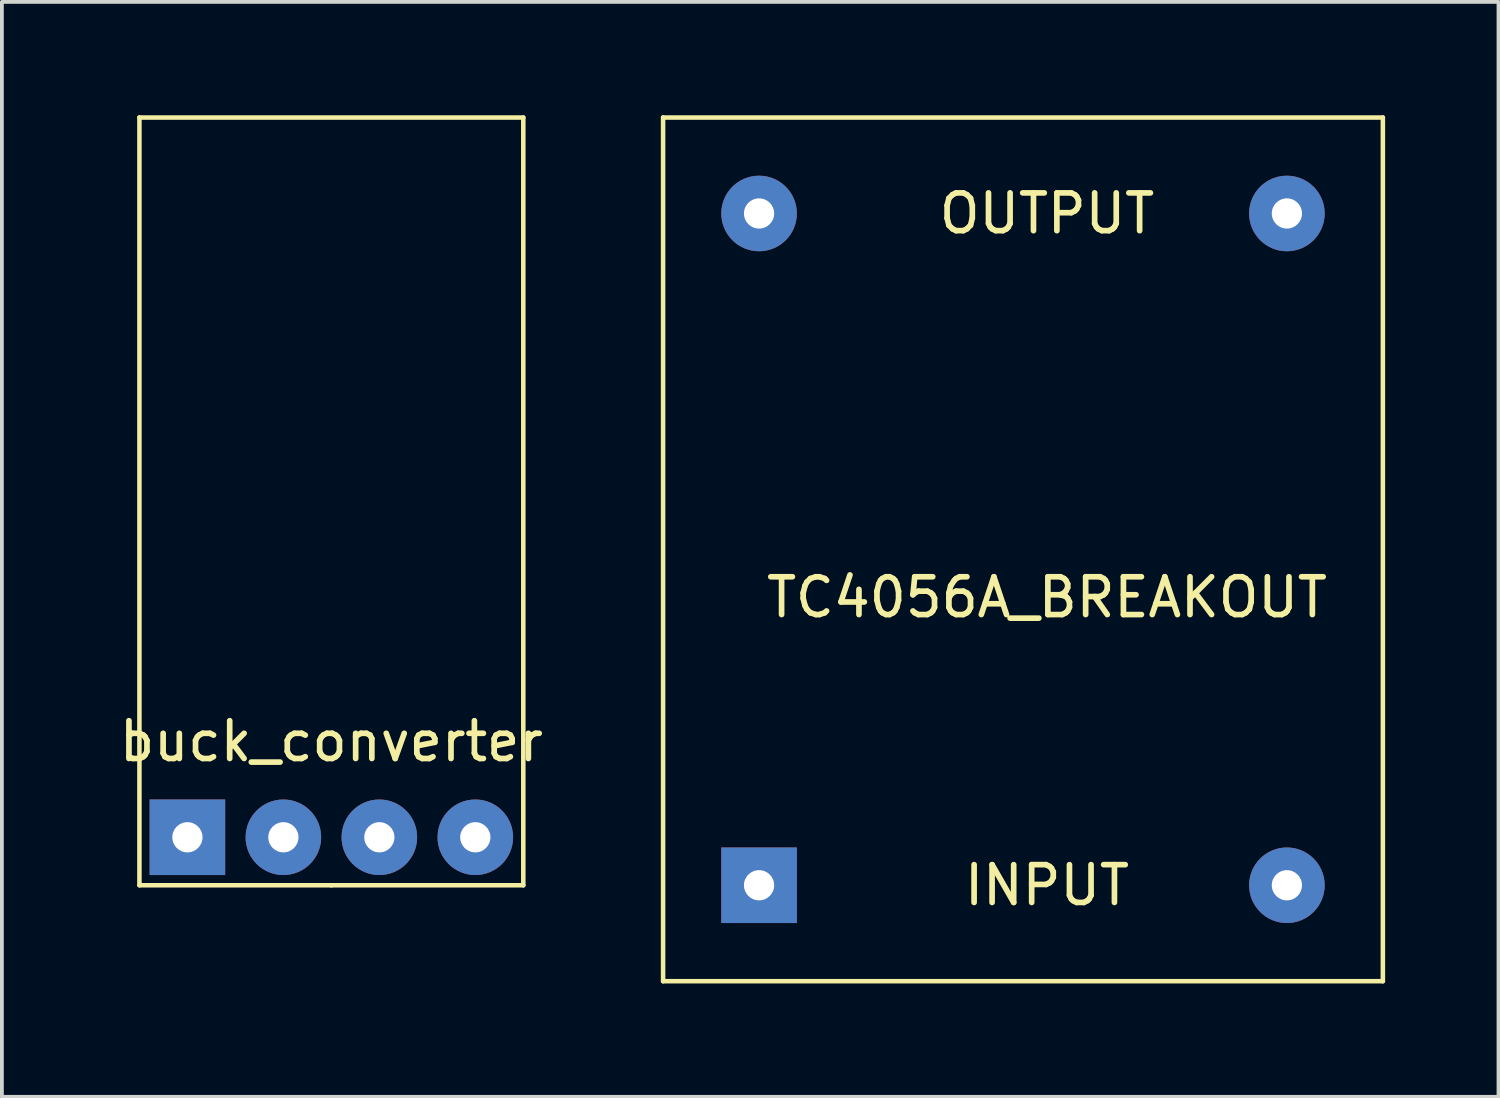
<source format=kicad_pcb>
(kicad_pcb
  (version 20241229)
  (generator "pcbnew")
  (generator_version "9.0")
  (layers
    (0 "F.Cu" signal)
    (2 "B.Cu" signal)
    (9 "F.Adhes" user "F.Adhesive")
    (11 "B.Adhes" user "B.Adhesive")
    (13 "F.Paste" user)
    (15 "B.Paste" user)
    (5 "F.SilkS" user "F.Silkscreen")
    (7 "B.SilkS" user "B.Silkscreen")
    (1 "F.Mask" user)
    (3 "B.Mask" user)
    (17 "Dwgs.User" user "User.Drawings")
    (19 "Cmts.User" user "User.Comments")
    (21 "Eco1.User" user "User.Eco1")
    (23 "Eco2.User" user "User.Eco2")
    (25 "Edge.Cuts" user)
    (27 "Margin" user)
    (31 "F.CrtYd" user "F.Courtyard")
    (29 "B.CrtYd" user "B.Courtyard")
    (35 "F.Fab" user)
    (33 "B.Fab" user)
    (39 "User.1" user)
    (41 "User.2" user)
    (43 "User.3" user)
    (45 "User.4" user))
  (footprint "TC4056A_BREAKOUT"
    (layer "F.Cu")
    (at 24.66 11.49)
    (property "Reference" "TC4056A_BREAKOUT" (at 0 1.27 0) (layer "F.SilkS") (effects (font (size 1 1) (thickness 0.15))))
    (attr through_hole)
    (fp_line (start -10.16 -11.43) (end -10.16 11.43) (stroke (width 0.12) (type solid)) (layer "F.SilkS"))
    (fp_line (start -10.16 11.43) (end 8.89 11.43) (stroke (width 0.12) (type solid)) (layer "F.SilkS"))
    (fp_line (start 8.89 -11.43) (end -10.16 -11.43) (stroke (width 0.12) (type solid)) (layer "F.SilkS"))
    (fp_line (start 8.89 11.43) (end 8.89 -11.43) (stroke (width 0.12) (type solid)) (layer "F.SilkS"))
    (fp_text user "INPUT" (at 0 8.89 0) (layer "F.SilkS") (effects (font (size 1 1) (thickness 0.15))))
    (fp_text user "OUTPUT" (at 0 -8.89 0) (layer "F.SilkS") (effects (font (size 1 1) (thickness 0.15))))
    (pad "1" thru_hole rect (at -7.62 8.89) (size 2 2) (drill 0.8) (layers "*.Cu" "*.Mask"))
    (pad "2" thru_hole circle (at 6.35 8.89) (size 2 2) (drill 0.8) (layers "*.Cu" "*.Mask"))
    (pad "3" thru_hole circle (at 6.35 -8.89) (size 2 2) (drill 0.8) (layers "*.Cu" "*.Mask"))
    (pad "4" thru_hole circle (at -7.62 -8.89) (size 2 2) (drill 0.8) (layers "*.Cu" "*.Mask")))
  (footprint "buck_converter"
    (layer "F.Cu")
    (at 5.72 19.11)
    (property "Reference" "buck_converter" (at 0 -2.54 0) (layer "F.SilkS") (effects (font (size 1 1) (thickness 0.15))))
    (attr through_hole)
    (fp_line (start -5.08 -19.05) (end 5.08 -19.05) (stroke (width 0.12) (type solid)) (layer "F.SilkS"))
    (fp_line (start -5.08 1.27) (end -5.08 -19.05) (stroke (width 0.12) (type solid)) (layer "F.SilkS"))
    (fp_line (start 0 1.27) (end -5.08 1.27) (stroke (width 0.12) (type solid)) (layer "F.SilkS"))
    (fp_line (start 5.08 -19.05) (end 5.08 1.27) (stroke (width 0.12) (type solid)) (layer "F.SilkS"))
    (fp_line (start 5.08 1.27) (end 0 1.27) (stroke (width 0.12) (type solid)) (layer "F.SilkS"))
    (pad "1" thru_hole rect (at -3.81 0) (size 2 2) (drill 0.8) (layers "*.Cu" "*.Mask"))
    (pad "2" thru_hole circle (at -1.27 0) (size 2 2) (drill 0.8) (layers "*.Cu" "*.Mask"))
    (pad "3" thru_hole circle (at 1.27 0) (size 2 2) (drill 0.8) (layers "*.Cu" "*.Mask"))
    (pad "4" thru_hole circle (at 3.81 0) (size 2 2) (drill 0.8) (layers "*.Cu" "*.Mask")))
  (gr_rect
    (start -3 -3)
    (end 36.61 25.98)
    (stroke (width 0.1) (type default))
    (fill no)
    (layer "Edge.Cuts")))
</source>
